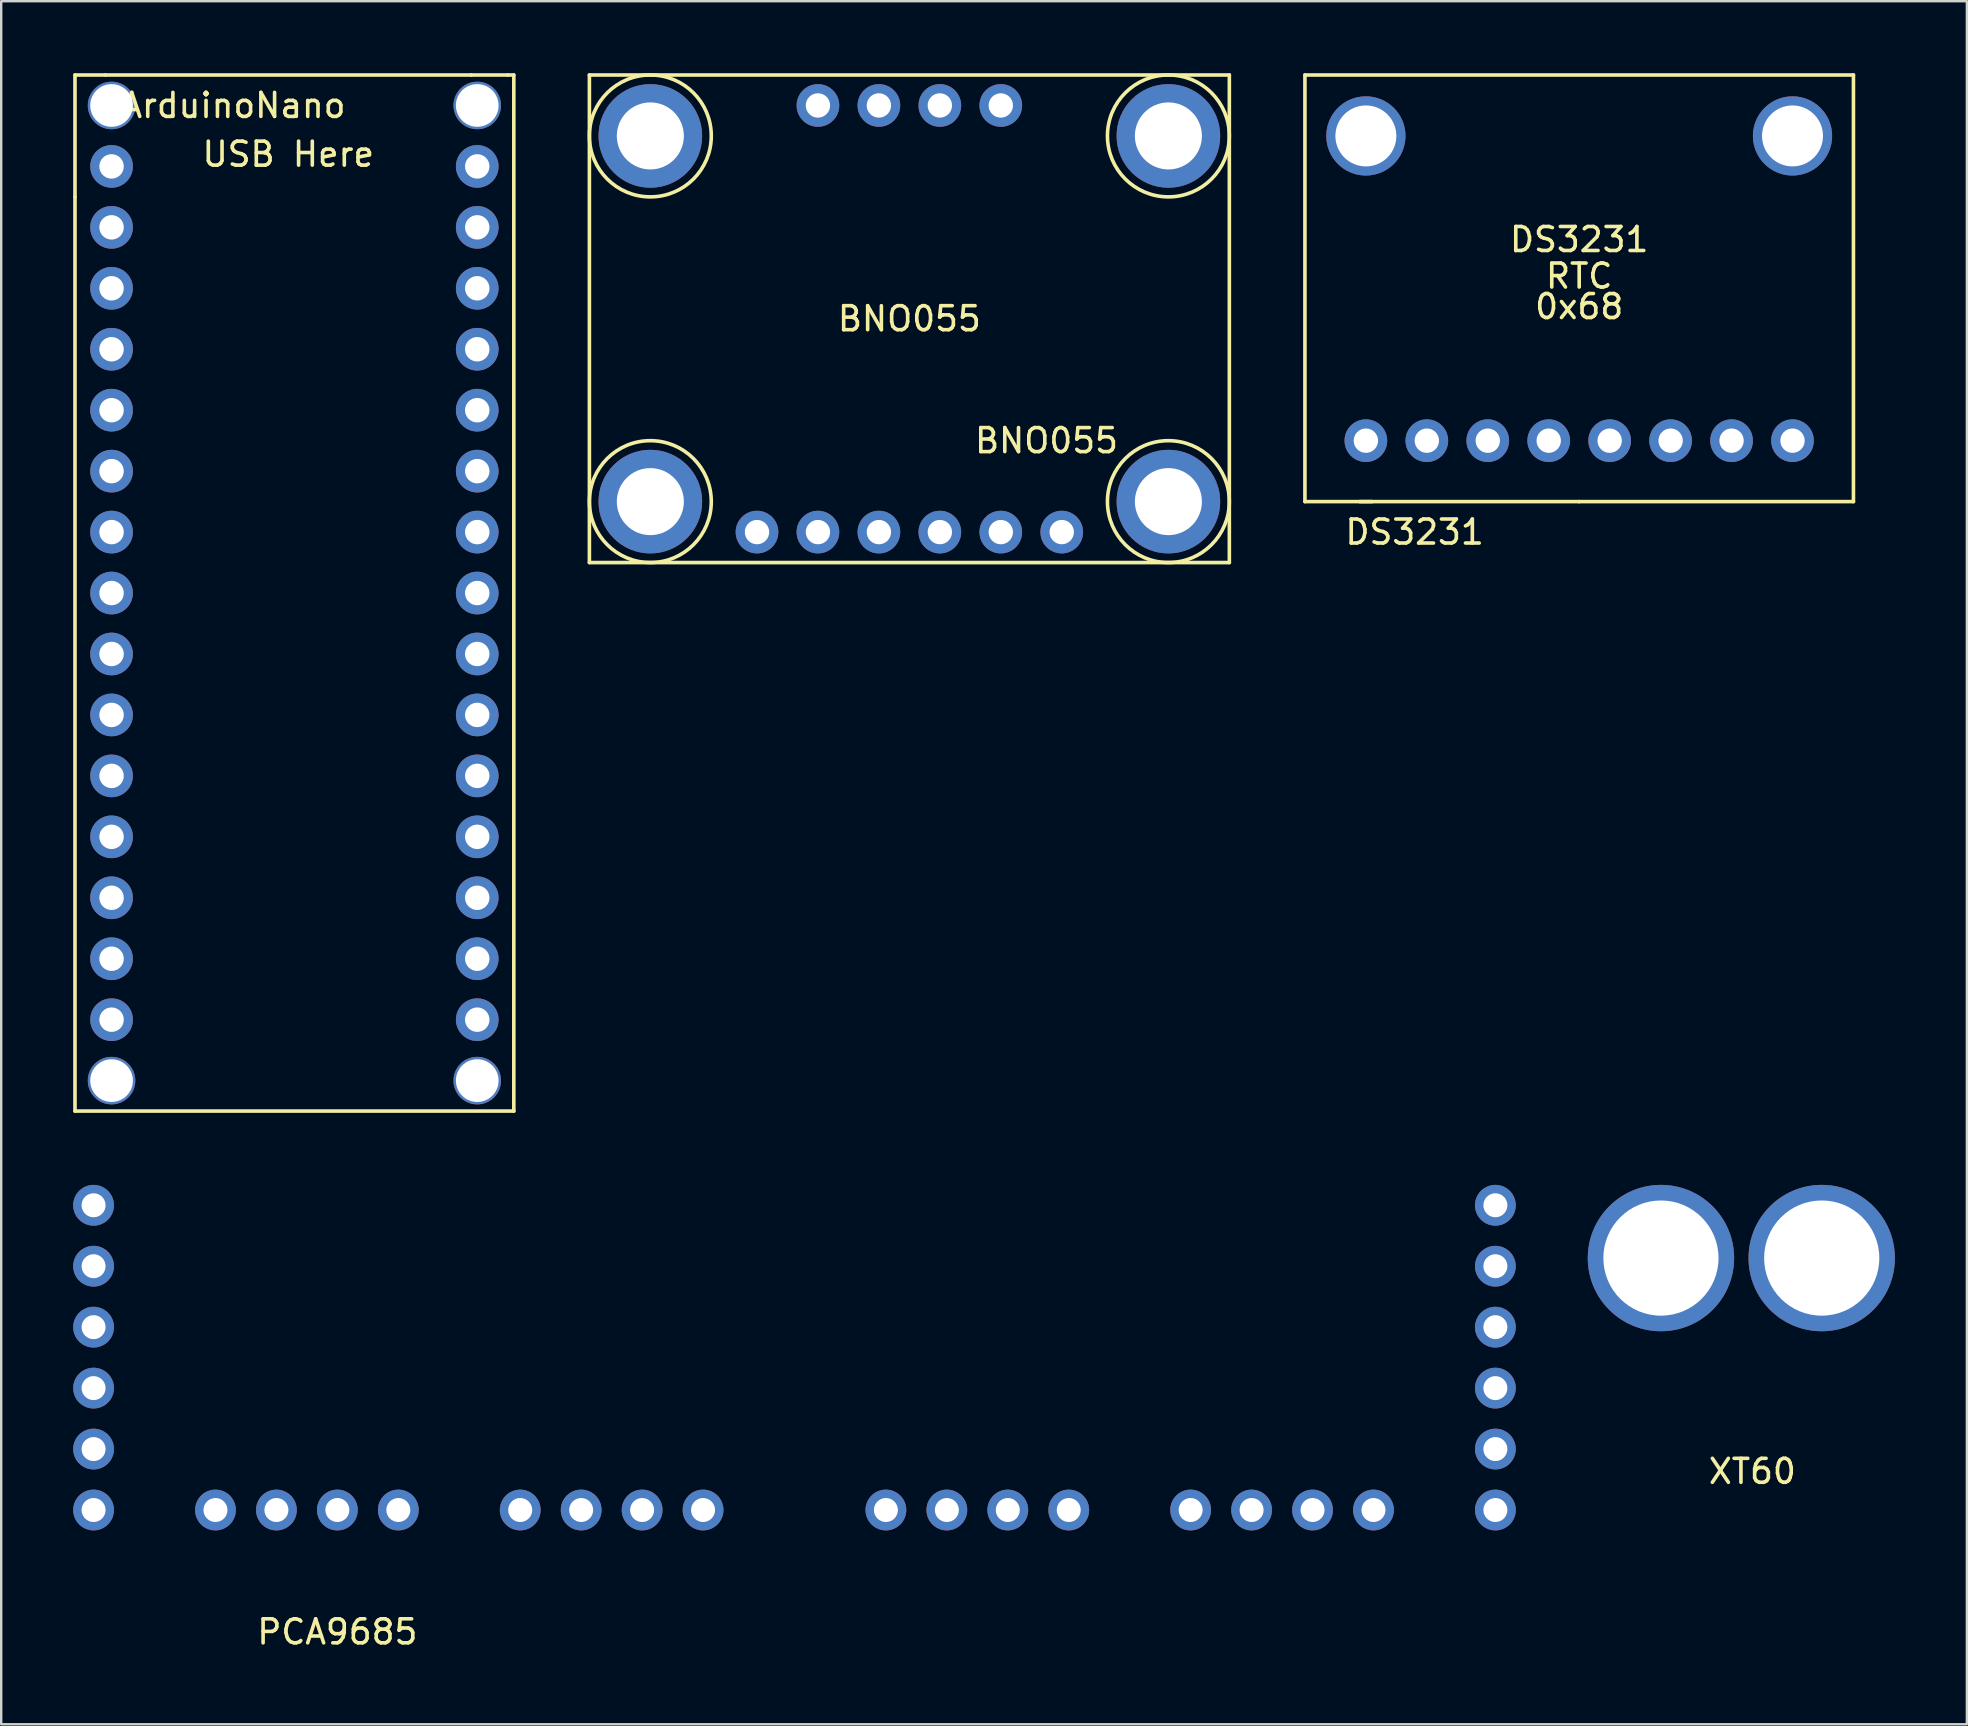
<source format=kicad_pcb>
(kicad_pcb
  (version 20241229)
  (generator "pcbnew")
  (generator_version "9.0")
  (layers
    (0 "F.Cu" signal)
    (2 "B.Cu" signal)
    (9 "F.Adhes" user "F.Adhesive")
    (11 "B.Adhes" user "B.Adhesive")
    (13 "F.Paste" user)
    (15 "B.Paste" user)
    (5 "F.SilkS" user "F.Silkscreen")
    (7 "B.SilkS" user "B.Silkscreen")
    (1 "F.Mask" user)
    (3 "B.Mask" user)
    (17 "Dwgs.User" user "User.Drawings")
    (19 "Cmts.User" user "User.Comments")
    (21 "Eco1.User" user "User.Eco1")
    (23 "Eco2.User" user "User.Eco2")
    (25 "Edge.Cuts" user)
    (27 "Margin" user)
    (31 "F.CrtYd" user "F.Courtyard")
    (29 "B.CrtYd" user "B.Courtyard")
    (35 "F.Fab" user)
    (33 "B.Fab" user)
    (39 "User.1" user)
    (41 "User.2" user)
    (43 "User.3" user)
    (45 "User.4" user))
  (footprint "DS3231"
    (layer "F.Cu")
    (at 53.873 15.315)
    (property "Reference" "DS3231" (at 2.032 3.81 0) (layer "F.SilkS") (effects (font (size 1 1) (thickness 0.15))))
    (attr through_hole)
    (fp_line (start -2.54 -15.24) (end 20.32 -15.24) (stroke (width 0.15) (type solid)) (layer "F.SilkS"))
    (fp_line (start -2.54 2.54) (end -2.54 -15.24) (stroke (width 0.15) (type solid)) (layer "F.SilkS"))
    (fp_line (start 0.254 2.54) (end -0.254 2.54) (stroke (width 0.15) (type solid)) (layer "F.SilkS"))
    (fp_line (start 8.89 2.54) (end -2.54 2.54) (stroke (width 0.15) (type solid)) (layer "F.SilkS"))
    (fp_line (start 20.32 -15.24) (end 20.32 2.54) (stroke (width 0.15) (type solid)) (layer "F.SilkS"))
    (fp_line (start 20.32 2.54) (end 8.89 2.54) (stroke (width 0.15) (type solid)) (layer "F.SilkS"))
    (fp_text user "DS3231" (at 8.89 -8.382 0) (layer "F.SilkS") (effects (font (size 1 1) (thickness 0.15))))
    (fp_text user "0x68" (at 8.89 -5.588 0) (layer "F.SilkS") (effects (font (size 1 1) (thickness 0.15))))
    (fp_text user "RTC" (at 8.89 -6.858 0) (layer "F.SilkS") (effects (font (size 1 1) (thickness 0.15))))
    (pad "" thru_hole circle (at 0 -12.7) (size 3.302 3.302) (drill 2.54) (layers "*.Cu" "*.Mask"))
    (pad "" thru_hole circle (at 17.78 -12.7) (size 3.302 3.302) (drill 2.54) (layers "*.Cu" "*.Mask"))
    (pad "1" thru_hole circle (at 0 0) (size 1.778 1.778) (drill 1.016) (layers "*.Cu" "*.Mask"))
    (pad "2" thru_hole circle (at 2.54 0) (size 1.778 1.778) (drill 1.016) (layers "*.Cu" "*.Mask"))
    (pad "3" thru_hole circle (at 5.08 0) (size 1.778 1.778) (drill 1.016) (layers "*.Cu" "*.Mask"))
    (pad "4" thru_hole circle (at 7.62 0) (size 1.778 1.778) (drill 1.016) (layers "*.Cu" "*.Mask"))
    (pad "5" thru_hole circle (at 10.16 0) (size 1.778 1.778) (drill 1.016) (layers "*.Cu" "*.Mask"))
    (pad "6" thru_hole circle (at 12.7 0) (size 1.778 1.778) (drill 1.016) (layers "*.Cu" "*.Mask"))
    (pad "7" thru_hole circle (at 15.24 0) (size 1.778 1.778) (drill 1.016) (layers "*.Cu" "*.Mask"))
    (pad "8" thru_hole circle (at 17.78 0) (size 1.778 1.778) (drill 1.016) (layers "*.Cu" "*.Mask")))
  (footprint "PCA9685"
    (layer "F.Cu")
    (at 11.01 59.88)
    (property "Reference" "PCA9685" (at 0 5.08 0) (layer "F.SilkS") (effects (font (size 1 1) (thickness 0.15))))
    (attr through_hole)
    (pad "1" thru_hole circle (at -10.16 -12.7) (size 1.7 1.7) (drill 1) (layers "*.Cu" "*.Mask"))
    (pad "2" thru_hole circle (at -10.16 -10.16) (size 1.7 1.7) (drill 1) (layers "*.Cu" "*.Mask"))
    (pad "3" thru_hole circle (at -10.16 -7.62) (size 1.7 1.7) (drill 1) (layers "*.Cu" "*.Mask"))
    (pad "4" thru_hole circle (at -10.16 -5.08) (size 1.7 1.7) (drill 1) (layers "*.Cu" "*.Mask"))
    (pad "5" thru_hole circle (at -10.16 -2.54) (size 1.7 1.7) (drill 1) (layers "*.Cu" "*.Mask"))
    (pad "6" thru_hole circle (at -10.16 0) (size 1.7 1.7) (drill 1) (layers "*.Cu" "*.Mask"))
    (pad "7" thru_hole circle (at -5.08 0) (size 1.7 1.7) (drill 1) (layers "*.Cu" "*.Mask"))
    (pad "8" thru_hole circle (at -2.54 0) (size 1.7 1.7) (drill 1) (layers "*.Cu" "*.Mask"))
    (pad "9" thru_hole circle (at 0 0) (size 1.7 1.7) (drill 1) (layers "*.Cu" "*.Mask"))
    (pad "10" thru_hole circle (at 2.54 0) (size 1.7 1.7) (drill 1) (layers "*.Cu" "*.Mask"))
    (pad "11" thru_hole circle (at 7.62 0) (size 1.7 1.7) (drill 1) (layers "*.Cu" "*.Mask"))
    (pad "12" thru_hole circle (at 10.16 0) (size 1.7 1.7) (drill 1) (layers "*.Cu" "*.Mask"))
    (pad "13" thru_hole circle (at 12.7 0) (size 1.7 1.7) (drill 1) (layers "*.Cu" "*.Mask"))
    (pad "14" thru_hole circle (at 15.24 0) (size 1.7 1.7) (drill 1) (layers "*.Cu" "*.Mask"))
    (pad "15" thru_hole circle (at 22.86 0) (size 1.7 1.7) (drill 1) (layers "*.Cu" "*.Mask"))
    (pad "16" thru_hole circle (at 25.4 0) (size 1.7 1.7) (drill 1) (layers "*.Cu" "*.Mask"))
    (pad "17" thru_hole circle (at 27.94 0) (size 1.7 1.7) (drill 1) (layers "*.Cu" "*.Mask"))
    (pad "18" thru_hole circle (at 30.48 0) (size 1.7 1.7) (drill 1) (layers "*.Cu" "*.Mask"))
    (pad "19" thru_hole circle (at 35.56 0) (size 1.7 1.7) (drill 1) (layers "*.Cu" "*.Mask"))
    (pad "20" thru_hole circle (at 38.1 0) (size 1.7 1.7) (drill 1) (layers "*.Cu" "*.Mask"))
    (pad "21" thru_hole circle (at 40.64 0) (size 1.7 1.7) (drill 1) (layers "*.Cu" "*.Mask"))
    (pad "22" thru_hole circle (at 43.18 0) (size 1.7 1.7) (drill 1) (layers "*.Cu" "*.Mask"))
    (pad "23" thru_hole circle (at 48.26 0) (size 1.7 1.7) (drill 1) (layers "*.Cu" "*.Mask"))
    (pad "24" thru_hole circle (at 48.26 -2.54) (size 1.7 1.7) (drill 1) (layers "*.Cu" "*.Mask"))
    (pad "25" thru_hole circle (at 48.26 -5.08) (size 1.7 1.7) (drill 1) (layers "*.Cu" "*.Mask"))
    (pad "26" thru_hole circle (at 48.26 -7.62) (size 1.7 1.7) (drill 1) (layers "*.Cu" "*.Mask"))
    (pad "27" thru_hole circle (at 48.26 -10.16) (size 1.7 1.7) (drill 1) (layers "*.Cu" "*.Mask"))
    (pad "28" thru_hole circle (at 48.26 -12.7) (size 1.7 1.7) (drill 1) (layers "*.Cu" "*.Mask")))
  (footprint "ArduinoNano"
    (layer "F.Cu")
    (at 1.599 3.885)
    (property "Reference" "ArduinoNano" (at 5.08 -2.54 0) (layer "F.SilkS") (effects (font (size 1 1) (thickness 0.15))))
    (attr through_hole)
    (fp_line (start -1.524 -3.81) (end -1.524 1.27) (stroke (width 0.15) (type solid)) (layer "F.SilkS"))
    (fp_line (start -1.524 1.27) (end -1.524 39.37) (stroke (width 0.15) (type solid)) (layer "F.SilkS"))
    (fp_line (start -0.254 -3.81) (end -1.524 -3.81) (stroke (width 0.15) (type solid)) (layer "F.SilkS"))
    (fp_line (start -0.254 -3.81) (end 14.986 -3.81) (stroke (width 0.15) (type solid)) (layer "F.SilkS"))
    (fp_line (start 14.986 -3.81) (end 16.51 -3.81) (stroke (width 0.15) (type solid)) (layer "F.SilkS"))
    (fp_line (start 16.51 -3.81) (end 16.764 -3.81) (stroke (width 0.15) (type solid)) (layer "F.SilkS"))
    (fp_line (start 16.764 -3.81) (end 16.764 39.37) (stroke (width 0.15) (type solid)) (layer "F.SilkS"))
    (fp_line (start 16.764 39.37) (end -1.524 39.37) (stroke (width 0.15) (type solid)) (layer "F.SilkS"))
    (fp_text user "USB Here" (at 7.366 -0.508 0) (layer "F.SilkS") (effects (font (size 1 1) (thickness 0.15))))
    (pad "" thru_hole circle (at 0 -2.54) (size 1.981 1.981) (drill 1.778) (layers "*.Cu" "*.Mask"))
    (pad "" thru_hole circle (at 0 38.1) (size 1.981 1.981) (drill 1.778) (layers "*.Cu" "*.Mask"))
    (pad "" thru_hole circle (at 15.24 -2.54) (size 1.981 1.981) (drill 1.778) (layers "*.Cu" "*.Mask"))
    (pad "" thru_hole circle (at 15.24 38.1) (size 1.981 1.981) (drill 1.778) (layers "*.Cu" "*.Mask"))
    (pad "1" thru_hole circle (at 0 0) (size 1.778 1.778) (drill 1.02) (layers "*.Cu" "*.Mask"))
    (pad "2" thru_hole circle (at 0 2.54) (size 1.778 1.778) (drill 1.02) (layers "*.Cu" "*.Mask"))
    (pad "3" thru_hole circle (at 0 5.08) (size 1.778 1.778) (drill 1.02) (layers "*.Cu" "*.Mask"))
    (pad "4" thru_hole circle (at 0 7.62) (size 1.778 1.778) (drill 1.02) (layers "*.Cu" "*.Mask"))
    (pad "5" thru_hole circle (at 0 10.16) (size 1.778 1.778) (drill 1.02) (layers "*.Cu" "*.Mask"))
    (pad "6" thru_hole circle (at 0 12.7) (size 1.778 1.778) (drill 1.02) (layers "*.Cu" "*.Mask"))
    (pad "7" thru_hole circle (at 0 15.24) (size 1.778 1.778) (drill 1.02) (layers "*.Cu" "*.Mask"))
    (pad "8" thru_hole circle (at 0 17.78) (size 1.778 1.778) (drill 1.02) (layers "*.Cu" "*.Mask"))
    (pad "9" thru_hole circle (at 0 20.32) (size 1.778 1.778) (drill 1.02) (layers "*.Cu" "*.Mask"))
    (pad "10" thru_hole circle (at 0 22.86) (size 1.778 1.778) (drill 1.02) (layers "*.Cu" "*.Mask"))
    (pad "11" thru_hole circle (at 0 25.4) (size 1.778 1.778) (drill 1.02) (layers "*.Cu" "*.Mask"))
    (pad "12" thru_hole circle (at 0 27.94) (size 1.778 1.778) (drill 1.02) (layers "*.Cu" "*.Mask"))
    (pad "13" thru_hole circle (at 0 30.48) (size 1.778 1.778) (drill 1.02) (layers "*.Cu" "*.Mask"))
    (pad "14" thru_hole circle (at 0 33.02) (size 1.778 1.778) (drill 1.02) (layers "*.Cu" "*.Mask"))
    (pad "15" thru_hole circle (at 0 35.56) (size 1.778 1.778) (drill 1.02) (layers "*.Cu" "*.Mask"))
    (pad "16" thru_hole circle (at 15.24 35.56) (size 1.778 1.778) (drill 1.02) (layers "*.Cu" "*.Mask"))
    (pad "17" thru_hole circle (at 15.24 33.02) (size 1.778 1.778) (drill 1.02) (layers "*.Cu" "*.Mask"))
    (pad "18" thru_hole circle (at 15.24 30.48) (size 1.778 1.778) (drill 1.02) (layers "*.Cu" "*.Mask"))
    (pad "19" thru_hole circle (at 15.24 27.94) (size 1.778 1.778) (drill 1.02) (layers "*.Cu" "*.Mask"))
    (pad "20" thru_hole circle (at 15.24 25.4) (size 1.778 1.778) (drill 1.02) (layers "*.Cu" "*.Mask"))
    (pad "21" thru_hole circle (at 15.24 22.86) (size 1.778 1.778) (drill 1.02) (layers "*.Cu" "*.Mask"))
    (pad "22" thru_hole circle (at 15.24 20.32) (size 1.778 1.778) (drill 1.02) (layers "*.Cu" "*.Mask"))
    (pad "23" thru_hole circle (at 15.24 17.78) (size 1.778 1.778) (drill 1.02) (layers "*.Cu" "*.Mask"))
    (pad "24" thru_hole circle (at 15.24 15.24) (size 1.778 1.778) (drill 1.02) (layers "*.Cu" "*.Mask"))
    (pad "25" thru_hole circle (at 15.24 12.7) (size 1.778 1.778) (drill 1.02) (layers "*.Cu" "*.Mask"))
    (pad "26" thru_hole circle (at 15.24 10.16) (size 1.778 1.778) (drill 1.02) (layers "*.Cu" "*.Mask"))
    (pad "27" thru_hole circle (at 15.24 7.62) (size 1.778 1.778) (drill 1.02) (layers "*.Cu" "*.Mask"))
    (pad "28" thru_hole circle (at 15.24 5.08) (size 1.778 1.778) (drill 1.02) (layers "*.Cu" "*.Mask"))
    (pad "29" thru_hole circle (at 15.24 2.54) (size 1.778 1.778) (drill 1.02) (layers "*.Cu" "*.Mask"))
    (pad "30" thru_hole circle (at 15.24 0) (size 1.778 1.778) (drill 1.02) (layers "*.Cu" "*.Mask")))
  (footprint "BNO055"
    (layer "F.Cu")
    (at 24.053 17.855)
    (property "Reference" "BNO055" (at 16.51 -2.54 0) (layer "F.SilkS") (effects (font (size 1 1) (thickness 0.15))))
    (attr through_hole)
    (fp_line (start -2.54 -17.78) (end -2.54 2.54) (stroke (width 0.15) (type solid)) (layer "F.SilkS"))
    (fp_line (start -2.54 2.54) (end 24.13 2.54) (stroke (width 0.15) (type solid)) (layer "F.SilkS"))
    (fp_line (start 24.13 -17.78) (end -2.54 -17.78) (stroke (width 0.15) (type solid)) (layer "F.SilkS"))
    (fp_line (start 24.13 2.54) (end 24.13 -17.78) (stroke (width 0.15) (type solid)) (layer "F.SilkS"))
    (fp_circle (center 0 -15.24) (end -2.54 -15.24) (stroke (width 0.15) (type solid)) (fill no) (layer "F.SilkS"))
    (fp_circle (center 0 0) (end -2.54 0) (stroke (width 0.15) (type solid)) (fill no) (layer "F.SilkS"))
    (fp_circle (center 21.59 -15.24) (end 24.13 -15.24) (stroke (width 0.15) (type solid)) (fill no) (layer "F.SilkS"))
    (fp_circle (center 21.59 0) (end 24.13 0) (stroke (width 0.15) (type solid)) (fill no) (layer "F.SilkS"))
    (fp_text user "BNO055" (at 10.795 -7.62 0) (layer "F.SilkS") (effects (font (size 1 1) (thickness 0.15))))
    (pad "" thru_hole circle (at 0 -15.24) (size 4.318 4.318) (drill 2.794) (layers "*.Cu" "*.Mask"))
    (pad "" thru_hole circle (at 0 0) (size 4.318 4.318) (drill 2.794) (layers "*.Cu" "*.Mask"))
    (pad "" thru_hole circle (at 21.59 -15.24) (size 4.318 4.318) (drill 2.794) (layers "*.Cu" "*.Mask"))
    (pad "" thru_hole circle (at 21.59 0) (size 4.318 4.318) (drill 2.794) (layers "*.Cu" "*.Mask"))
    (pad "1" thru_hole circle (at 4.445 1.27) (size 1.778 1.778) (drill 1.016) (layers "*.Cu" "*.Mask"))
    (pad "2" thru_hole circle (at 6.985 1.27) (size 1.778 1.778) (drill 1.016) (layers "*.Cu" "*.Mask"))
    (pad "3" thru_hole circle (at 9.525 1.27) (size 1.778 1.778) (drill 1.016) (layers "*.Cu" "*.Mask"))
    (pad "4" thru_hole circle (at 12.065 1.27) (size 1.778 1.778) (drill 1.016) (layers "*.Cu" "*.Mask"))
    (pad "5" thru_hole circle (at 14.605 1.27) (size 1.778 1.778) (drill 1.016) (layers "*.Cu" "*.Mask"))
    (pad "6" thru_hole circle (at 17.145 1.27) (size 1.778 1.778) (drill 1.016) (layers "*.Cu" "*.Mask"))
    (pad "7" thru_hole circle (at 6.985 -16.51) (size 1.778 1.778) (drill 1.016) (layers "*.Cu" "*.Mask"))
    (pad "8" thru_hole circle (at 9.525 -16.51) (size 1.778 1.778) (drill 1.016) (layers "*.Cu" "*.Mask"))
    (pad "9" thru_hole circle (at 12.065 -16.51) (size 1.778 1.778) (drill 1.016) (layers "*.Cu" "*.Mask"))
    (pad "10" thru_hole circle (at 14.605 -16.51) (size 1.778 1.778) (drill 1.016) (layers "*.Cu" "*.Mask")))
  (footprint "XT60"
    (layer "F.Cu")
    (at 66.17 49.38)
    (property "Reference" "XT60" (at 3.81 8.89 0) (layer "F.SilkS") (effects (font (size 1 1) (thickness 0.15))))
    (attr through_hole)
    (pad "1" thru_hole circle (at 0 0) (size 6.1 6.1) (drill 4.8) (layers "*.Cu" "*.Mask"))
    (pad "2" thru_hole circle (at 6.7 0) (size 6.1 6.1) (drill 4.8) (layers "*.Cu" "*.Mask")))
  (gr_rect
    (start -3 -3)
    (end 78.92 68.808)
    (stroke (width 0.1) (type default))
    (fill no)
    (layer "Edge.Cuts")))
</source>
